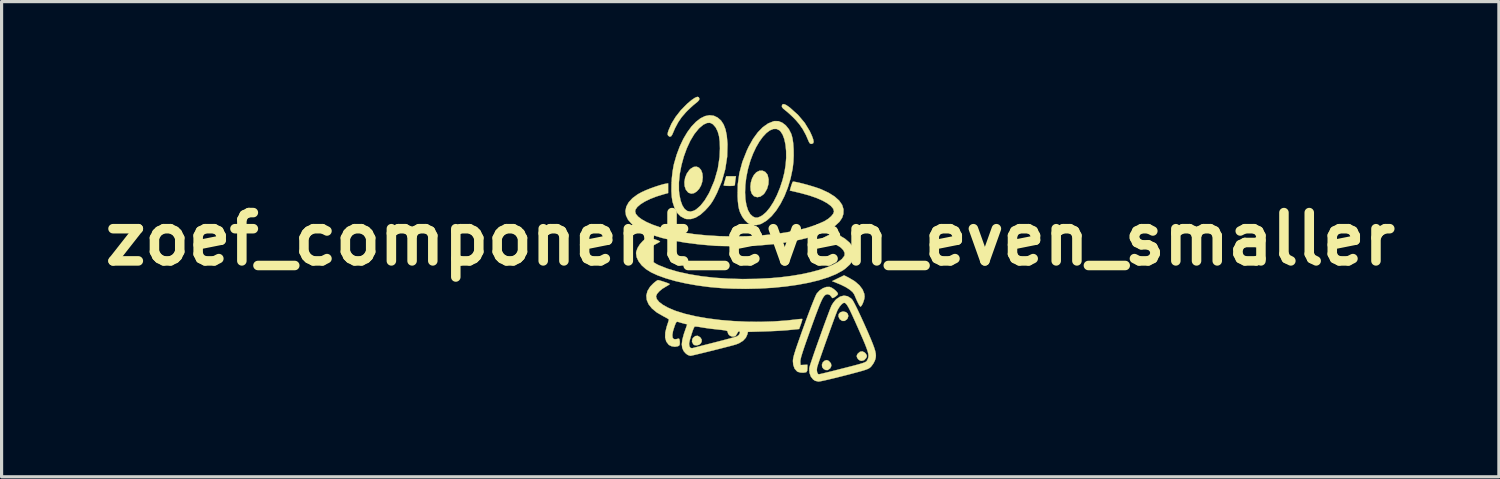
<source format=kicad_pcb>
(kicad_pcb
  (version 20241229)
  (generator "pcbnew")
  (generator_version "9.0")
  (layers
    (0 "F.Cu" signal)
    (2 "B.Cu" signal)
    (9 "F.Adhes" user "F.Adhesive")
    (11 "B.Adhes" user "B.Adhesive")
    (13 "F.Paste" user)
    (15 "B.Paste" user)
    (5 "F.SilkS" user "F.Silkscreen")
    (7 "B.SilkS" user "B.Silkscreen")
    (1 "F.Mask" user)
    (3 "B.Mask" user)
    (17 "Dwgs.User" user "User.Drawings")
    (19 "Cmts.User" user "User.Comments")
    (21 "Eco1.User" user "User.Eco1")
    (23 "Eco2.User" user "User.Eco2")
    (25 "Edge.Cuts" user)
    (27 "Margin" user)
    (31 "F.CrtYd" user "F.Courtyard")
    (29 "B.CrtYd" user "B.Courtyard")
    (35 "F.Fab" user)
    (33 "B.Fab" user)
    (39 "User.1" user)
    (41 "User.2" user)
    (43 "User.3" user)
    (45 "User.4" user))
  (footprint "zoef_component_even_even_smaller"
    (layer "F.Cu")
    (at 20.618 4.491)
    (property "Reference" "zoef_component_even_even_smaller" (at 0 0 0) (layer "F.SilkS") (effects (font (size 1.524 1.524) (thickness 0.3))))
    (attr through_hole)
    (fp_poly (pts (xy -1.585 3.095) (xy -1.576 3.104) (xy -1.531 3.173) (xy -1.534 3.242) (xy -1.564 3.296) (xy -1.616 3.336) (xy -1.687 3.353) (xy -1.757 3.347) (xy -1.797 3.321) (xy -1.838 3.239) (xy -1.828 3.158) (xy -1.802 3.115) (xy -1.733 3.06) (xy -1.658 3.053) (xy -1.585 3.095)) (stroke (width 0.01) (type solid)) (fill yes) (layer "F.SilkS"))
    (fp_poly (pts (xy 3.02 2.306) (xy 3.075 2.357) (xy 3.094 2.427) (xy 3.071 2.503) (xy 3.047 2.535) (xy 2.975 2.583) (xy 2.899 2.582) (xy 2.829 2.533) (xy 2.821 2.523) (xy 2.783 2.444) (xy 2.79 2.37) (xy 2.836 2.314) (xy 2.916 2.287) (xy 2.935 2.286) (xy 3.02 2.306)) (stroke (width 0.01) (type solid)) (fill yes) (layer "F.SilkS"))
    (fp_poly (pts (xy 2.447 3.828) (xy 2.486 3.854) (xy 2.545 3.922) (xy 2.559 3.998) (xy 2.527 4.071) (xy 2.511 4.087) (xy 2.442 4.133) (xy 2.374 4.131) (xy 2.316 4.1) (xy 2.27 4.041) (xy 2.261 3.966) (xy 2.286 3.894) (xy 2.342 3.841) (xy 2.346 3.839) (xy 2.402 3.819) (xy 2.447 3.828)) (stroke (width 0.01) (type solid)) (fill yes) (layer "F.SilkS"))
    (fp_poly (pts (xy 3.612 3.582) (xy 3.642 3.614) (xy 3.675 3.667) (xy 3.678 3.706) (xy 3.657 3.751) (xy 3.595 3.82) (xy 3.517 3.843) (xy 3.461 3.833) (xy 3.407 3.794) (xy 3.374 3.747) (xy 3.358 3.693) (xy 3.373 3.645) (xy 3.396 3.612) (xy 3.464 3.555) (xy 3.539 3.544) (xy 3.612 3.582)) (stroke (width 0.01) (type solid)) (fill yes) (layer "F.SilkS"))
    (fp_poly (pts (xy -0.466 -1.886) (xy -0.477 -1.806) (xy -0.482 -1.739) (xy -0.482 -1.734) (xy -0.486 -1.704) (xy -0.504 -1.687) (xy -0.547 -1.679) (xy -0.627 -1.676) (xy -0.66 -1.676) (xy -0.748 -1.678) (xy -0.812 -1.684) (xy -0.838 -1.691) (xy -0.838 -1.692) (xy -0.832 -1.722) (xy -0.815 -1.786) (xy -0.798 -1.844) (xy -0.758 -1.981) (xy -0.451 -1.981) (xy -0.466 -1.886)) (stroke (width 0.01) (type solid)) (fill yes) (layer "F.SilkS"))
    (fp_poly (pts (xy -1.615 -2.25) (xy -1.552 -2.178) (xy -1.511 -2.071) (xy -1.499 -1.948) (xy -1.514 -1.811) (xy -1.554 -1.687) (xy -1.615 -1.58) (xy -1.691 -1.499) (xy -1.775 -1.447) (xy -1.861 -1.432) (xy -1.944 -1.46) (xy -1.961 -1.472) (xy -2.031 -1.557) (xy -2.07 -1.67) (xy -2.077 -1.8) (xy -2.054 -1.935) (xy -2.002 -2.064) (xy -1.923 -2.177) (xy -1.879 -2.219) (xy -1.784 -2.275) (xy -1.694 -2.284) (xy -1.615 -2.25)) (stroke (width 0.01) (type solid)) (fill yes) (layer "F.SilkS"))
    (fp_poly (pts (xy 0.474 -2.117) (xy 0.539 -2.038) (xy 0.548 -2.018) (xy 0.58 -1.881) (xy 0.573 -1.732) (xy 0.53 -1.584) (xy 0.455 -1.453) (xy 0.415 -1.407) (xy 0.32 -1.34) (xy 0.222 -1.32) (xy 0.127 -1.347) (xy 0.109 -1.359) (xy 0.048 -1.431) (xy 0.014 -1.533) (xy 0.005 -1.655) (xy 0.02 -1.785) (xy 0.058 -1.912) (xy 0.117 -2.023) (xy 0.193 -2.106) (xy 0.289 -2.154) (xy 0.386 -2.157) (xy 0.474 -2.117)) (stroke (width 0.01) (type solid)) (fill yes) (layer "F.SilkS"))
    (fp_poly (pts (xy -1.625 -4.475) (xy -1.605 -4.429) (xy -1.614 -4.386) (xy -1.658 -4.335) (xy -1.721 -4.284) (xy -1.793 -4.226) (xy -1.884 -4.143) (xy -1.982 -4.049) (xy -2.037 -3.992) (xy -2.165 -3.844) (xy -2.275 -3.682) (xy -2.374 -3.495) (xy -2.46 -3.296) (xy -2.499 -3.239) (xy -2.546 -3.23) (xy -2.59 -3.263) (xy -2.606 -3.298) (xy -2.601 -3.35) (xy -2.58 -3.422) (xy -2.487 -3.636) (xy -2.353 -3.855) (xy -2.186 -4.068) (xy -1.993 -4.264) (xy -1.848 -4.387) (xy -1.745 -4.456) (xy -1.672 -4.486) (xy -1.625 -4.475)) (stroke (width 0.01) (type solid)) (fill yes) (layer "F.SilkS"))
    (fp_poly (pts (xy 3.116 1.224) (xy 3.3 1.335) (xy 3.443 1.458) (xy 3.543 1.591) (xy 3.598 1.73) (xy 3.607 1.816) (xy 3.598 1.886) (xy 3.574 1.968) (xy 3.543 2.046) (xy 3.509 2.106) (xy 3.48 2.133) (xy 3.477 2.134) (xy 3.456 2.112) (xy 3.421 2.056) (xy 3.382 1.978) (xy 3.38 1.975) (xy 3.338 1.882) (xy 3.302 1.799) (xy 3.28 1.747) (xy 3.231 1.676) (xy 3.139 1.597) (xy 3.014 1.517) (xy 2.861 1.441) (xy 2.797 1.414) (xy 2.583 1.328) (xy 2.771 1.237) (xy 2.959 1.145) (xy 3.116 1.224)) (stroke (width 0.01) (type solid)) (fill yes) (layer "F.SilkS"))
    (fp_poly (pts (xy 1.135 -4.227) (xy 1.235 -4.157) (xy 1.254 -4.143) (xy 1.509 -3.913) (xy 1.716 -3.668) (xy 1.877 -3.404) (xy 1.947 -3.251) (xy 1.987 -3.14) (xy 1.999 -3.066) (xy 1.984 -3.022) (xy 1.94 -3.002) (xy 1.937 -3.002) (xy 1.888 -3.01) (xy 1.854 -3.058) (xy 1.851 -3.065) (xy 1.755 -3.285) (xy 1.656 -3.468) (xy 1.545 -3.627) (xy 1.433 -3.757) (xy 1.339 -3.853) (xy 1.242 -3.945) (xy 1.156 -4.021) (xy 1.114 -4.054) (xy 1.038 -4.116) (xy 1.001 -4.165) (xy 0.996 -4.2) (xy 1.017 -4.248) (xy 1.062 -4.257) (xy 1.135 -4.227)) (stroke (width 0.01) (type solid)) (fill yes) (layer "F.SilkS"))
    (fp_poly (pts (xy 2.567 1.535) (xy 2.639 1.582) (xy 2.706 1.64) (xy 2.753 1.696) (xy 2.768 1.734) (xy 2.747 1.766) (xy 2.698 1.808) (xy 2.679 1.821) (xy 2.622 1.855) (xy 2.593 1.862) (xy 2.574 1.844) (xy 2.565 1.828) (xy 2.511 1.766) (xy 2.444 1.74) (xy 2.389 1.752) (xy 2.359 1.772) (xy 2.33 1.802) (xy 2.299 1.846) (xy 2.264 1.91) (xy 2.224 1.996) (xy 2.176 2.11) (xy 2.12 2.256) (xy 2.051 2.438) (xy 1.97 2.66) (xy 1.903 2.847) (xy 1.814 3.096) (xy 1.741 3.302) (xy 1.684 3.469) (xy 1.641 3.601) (xy 1.61 3.703) (xy 1.591 3.78) (xy 1.581 3.834) (xy 1.58 3.871) (xy 1.587 3.975) (xy 1.803 3.965) (xy 1.803 4.076) (xy 1.796 4.157) (xy 1.77 4.197) (xy 1.763 4.201) (xy 1.682 4.216) (xy 1.587 4.212) (xy 1.504 4.19) (xy 1.479 4.177) (xy 1.401 4.092) (xy 1.357 3.97) (xy 1.346 3.85) (xy 1.349 3.806) (xy 1.358 3.752) (xy 1.374 3.682) (xy 1.4 3.593) (xy 1.436 3.478) (xy 1.485 3.334) (xy 1.548 3.155) (xy 1.625 2.936) (xy 1.687 2.766) (xy 1.77 2.536) (xy 1.849 2.325) (xy 1.921 2.136) (xy 1.985 1.976) (xy 2.037 1.849) (xy 2.076 1.76) (xy 2.1 1.717) (xy 2.186 1.623) (xy 2.293 1.552) (xy 2.404 1.512) (xy 2.502 1.51) (xy 2.567 1.535)) (stroke (width 0.01) (type solid)) (fill yes) (layer "F.SilkS"))
    (fp_poly (pts (xy -1.151 -3.89) (xy -1.028 -3.831) (xy -0.922 -3.738) (xy -0.841 -3.615) (xy -0.781 -3.459) (xy -0.741 -3.265) (xy -0.72 -3.029) (xy -0.718 -2.985) (xy -0.729 -2.594) (xy -0.789 -2.204) (xy -0.896 -1.821) (xy -1.05 -1.453) (xy -1.058 -1.438) (xy -1.128 -1.3) (xy -1.188 -1.194) (xy -1.248 -1.105) (xy -1.317 -1.019) (xy -1.406 -0.922) (xy -1.421 -0.905) (xy -1.572 -0.769) (xy -1.722 -0.677) (xy -1.869 -0.631) (xy -2.009 -0.631) (xy -2.067 -0.647) (xy -2.197 -0.716) (xy -2.303 -0.824) (xy -2.386 -0.973) (xy -2.449 -1.167) (xy -2.454 -1.187) (xy -2.476 -1.331) (xy -2.487 -1.511) (xy -2.485 -1.713) (xy -2.481 -1.786) (xy -2.251 -1.786) (xy -2.25 -1.534) (xy -2.238 -1.415) (xy -2.198 -1.216) (xy -2.142 -1.06) (xy -2.07 -0.949) (xy -1.984 -0.884) (xy -1.885 -0.865) (xy -1.775 -0.895) (xy -1.708 -0.933) (xy -1.571 -1.052) (xy -1.438 -1.219) (xy -1.312 -1.429) (xy -1.283 -1.486) (xy -1.129 -1.849) (xy -1.024 -2.215) (xy -0.967 -2.588) (xy -0.956 -2.857) (xy -0.962 -3.071) (xy -0.985 -3.245) (xy -1.025 -3.388) (xy -1.084 -3.509) (xy -1.099 -3.532) (xy -1.18 -3.623) (xy -1.268 -3.667) (xy -1.366 -3.662) (xy -1.476 -3.61) (xy -1.598 -3.509) (xy -1.628 -3.48) (xy -1.764 -3.312) (xy -1.89 -3.103) (xy -2.001 -2.864) (xy -2.096 -2.603) (xy -2.171 -2.33) (xy -2.224 -2.054) (xy -2.251 -1.786) (xy -2.481 -1.786) (xy -2.473 -1.924) (xy -2.45 -2.131) (xy -2.417 -2.319) (xy -2.403 -2.38) (xy -2.32 -2.665) (xy -2.221 -2.927) (xy -2.108 -3.165) (xy -1.983 -3.374) (xy -1.851 -3.553) (xy -1.712 -3.698) (xy -1.57 -3.808) (xy -1.428 -3.878) (xy -1.287 -3.906) (xy -1.151 -3.89)) (stroke (width 0.01) (type solid)) (fill yes) (layer "F.SilkS"))
    (fp_poly (pts (xy 0.888 -3.719) (xy 1.008 -3.672) (xy 1.12 -3.586) (xy 1.218 -3.465) (xy 1.295 -3.315) (xy 1.296 -3.31) (xy 1.331 -3.185) (xy 1.355 -3.022) (xy 1.368 -2.834) (xy 1.37 -2.632) (xy 1.361 -2.429) (xy 1.339 -2.237) (xy 1.334 -2.206) (xy 1.271 -1.908) (xy 1.185 -1.624) (xy 1.08 -1.358) (xy 0.957 -1.116) (xy 0.821 -0.903) (xy 0.674 -0.724) (xy 0.519 -0.584) (xy 0.36 -0.488) (xy 0.312 -0.468) (xy 0.185 -0.438) (xy 0.063 -0.446) (xy 0.01 -0.459) (xy -0.08 -0.507) (xy -0.17 -0.593) (xy -0.253 -0.706) (xy -0.318 -0.835) (xy -0.329 -0.865) (xy -0.357 -0.959) (xy -0.376 -1.062) (xy -0.39 -1.188) (xy -0.399 -1.351) (xy -0.399 -1.359) (xy -0.397 -1.471) (xy -0.164 -1.471) (xy -0.153 -1.257) (xy -0.121 -1.068) (xy -0.071 -0.91) (xy -0.002 -0.788) (xy 0.081 -0.711) (xy 0.158 -0.677) (xy 0.235 -0.677) (xy 0.325 -0.713) (xy 0.387 -0.751) (xy 0.504 -0.851) (xy 0.621 -0.994) (xy 0.735 -1.173) (xy 0.841 -1.381) (xy 0.936 -1.611) (xy 1.017 -1.855) (xy 1.078 -2.101) (xy 1.116 -2.332) (xy 1.134 -2.56) (xy 1.132 -2.778) (xy 1.112 -2.978) (xy 1.074 -3.154) (xy 1.02 -3.298) (xy 0.95 -3.402) (xy 0.92 -3.43) (xy 0.828 -3.474) (xy 0.727 -3.472) (xy 0.62 -3.428) (xy 0.509 -3.345) (xy 0.398 -3.227) (xy 0.289 -3.077) (xy 0.185 -2.899) (xy 0.089 -2.696) (xy 0.004 -2.473) (xy -0.066 -2.232) (xy -0.073 -2.205) (xy -0.125 -1.95) (xy -0.155 -1.704) (xy -0.164 -1.471) (xy -0.397 -1.471) (xy -0.393 -1.725) (xy -0.343 -2.081) (xy -0.248 -2.435) (xy -0.106 -2.793) (xy -0.05 -2.912) (xy 0.089 -3.161) (xy 0.239 -3.367) (xy 0.397 -3.529) (xy 0.561 -3.645) (xy 0.73 -3.713) (xy 0.767 -3.721) (xy 0.888 -3.719)) (stroke (width 0.01) (type solid)) (fill yes) (layer "F.SilkS"))
    (fp_poly (pts (xy 2.789 -0.129) (xy 2.986 -0.012) (xy 3.134 0.114) (xy 3.233 0.247) (xy 3.284 0.385) (xy 3.286 0.525) (xy 3.239 0.665) (xy 3.142 0.803) (xy 2.995 0.936) (xy 2.912 0.994) (xy 2.707 1.106) (xy 2.457 1.208) (xy 2.168 1.299) (xy 1.843 1.378) (xy 1.488 1.444) (xy 1.107 1.497) (xy 0.706 1.537) (xy 0.29 1.561) (xy -0.137 1.571) (xy -0.57 1.564) (xy -0.914 1.547) (xy -1.298 1.513) (xy -1.672 1.463) (xy -2.029 1.4) (xy -2.362 1.325) (xy -2.664 1.238) (xy -2.929 1.142) (xy -3.126 1.051) (xy -3.289 0.949) (xy -3.423 0.831) (xy -3.522 0.703) (xy -3.584 0.572) (xy -3.602 0.445) (xy -3.597 0.401) (xy -3.556 0.285) (xy -3.482 0.166) (xy -3.388 0.061) (xy -3.331 0.015) (xy -3.225 -0.058) (xy -3.035 0.002) (xy -2.946 0.032) (xy -2.879 0.058) (xy -2.846 0.075) (xy -2.845 0.077) (xy -2.866 0.096) (xy -2.917 0.126) (xy -2.94 0.137) (xy -3.082 0.215) (xy -3.191 0.298) (xy -3.263 0.382) (xy -3.294 0.461) (xy -3.29 0.507) (xy -3.251 0.569) (xy -3.175 0.643) (xy -3.074 0.719) (xy -2.957 0.79) (xy -2.885 0.826) (xy -2.607 0.936) (xy -2.286 1.031) (xy -1.928 1.11) (xy -1.539 1.174) (xy -1.124 1.221) (xy -0.69 1.25) (xy -0.242 1.262) (xy 0.213 1.256) (xy 0.671 1.231) (xy 0.964 1.205) (xy 1.298 1.163) (xy 1.614 1.11) (xy 1.906 1.047) (xy 2.171 0.976) (xy 2.406 0.898) (xy 2.606 0.813) (xy 2.769 0.725) (xy 2.889 0.633) (xy 2.963 0.539) (xy 2.975 0.512) (xy 2.978 0.436) (xy 2.936 0.351) (xy 2.861 0.272) (xy 2.8 0.23) (xy 2.708 0.178) (xy 2.6 0.122) (xy 2.493 0.071) (xy 2.401 0.034) (xy 2.381 0.027) (xy 2.321 0.004) (xy 2.289 -0.017) (xy 2.287 -0.021) (xy 2.309 -0.039) (xy 2.366 -0.071) (xy 2.447 -0.111) (xy 2.466 -0.12) (xy 2.645 -0.202) (xy 2.789 -0.129)) (stroke (width 0.01) (type solid)) (fill yes) (layer "F.SilkS"))
    (fp_poly (pts (xy 1.445 -1.798) (xy 1.546 -1.776) (xy 1.667 -1.746) (xy 1.801 -1.71) (xy 1.937 -1.67) (xy 2.066 -1.63) (xy 2.18 -1.591) (xy 2.239 -1.568) (xy 2.475 -1.458) (xy 2.664 -1.339) (xy 2.805 -1.212) (xy 2.898 -1.078) (xy 2.942 -0.936) (xy 2.937 -0.79) (xy 2.899 -0.672) (xy 2.815 -0.545) (xy 2.683 -0.424) (xy 2.508 -0.31) (xy 2.293 -0.206) (xy 2.04 -0.11) (xy 1.753 -0.025) (xy 1.435 0.049) (xy 1.09 0.111) (xy 0.721 0.161) (xy 0.331 0.197) (xy -0.077 0.218) (xy -0.499 0.224) (xy -0.559 0.224) (xy -0.713 0.222) (xy -0.858 0.22) (xy -0.983 0.217) (xy -1.076 0.214) (xy -1.118 0.212) (xy -1.591 0.171) (xy -2.027 0.117) (xy -2.423 0.048) (xy -2.777 -0.034) (xy -3.088 -0.128) (xy -3.355 -0.235) (xy -3.575 -0.354) (xy -3.739 -0.478) (xy -3.854 -0.608) (xy -3.92 -0.744) (xy -3.938 -0.884) (xy -3.909 -1.024) (xy -3.834 -1.16) (xy -3.714 -1.29) (xy -3.551 -1.41) (xy -3.416 -1.484) (xy -3.294 -1.539) (xy -3.149 -1.597) (xy -2.995 -1.652) (xy -2.848 -1.699) (xy -2.726 -1.733) (xy -2.686 -1.741) (xy -2.591 -1.758) (xy -2.591 -1.605) (xy -2.591 -1.451) (xy -2.737 -1.411) (xy -2.958 -1.343) (xy -3.156 -1.266) (xy -3.326 -1.183) (xy -3.463 -1.097) (xy -3.562 -1.012) (xy -3.62 -0.929) (xy -3.632 -0.874) (xy -3.608 -0.791) (xy -3.536 -0.706) (xy -3.422 -0.62) (xy -3.269 -0.535) (xy -3.08 -0.453) (xy -2.861 -0.376) (xy -2.614 -0.306) (xy -2.553 -0.292) (xy -2.181 -0.216) (xy -1.788 -0.157) (xy -1.377 -0.115) (xy -0.957 -0.09) (xy -0.531 -0.081) (xy -0.108 -0.088) (xy 0.309 -0.111) (xy 0.713 -0.149) (xy 1.098 -0.202) (xy 1.457 -0.269) (xy 1.786 -0.351) (xy 2.078 -0.447) (xy 2.327 -0.557) (xy 2.344 -0.566) (xy 2.461 -0.639) (xy 2.555 -0.72) (xy 2.618 -0.8) (xy 2.642 -0.872) (xy 2.642 -0.874) (xy 2.617 -0.957) (xy 2.545 -1.043) (xy 2.431 -1.129) (xy 2.277 -1.215) (xy 2.088 -1.297) (xy 1.866 -1.374) (xy 1.617 -1.443) (xy 1.545 -1.461) (xy 1.249 -1.53) (xy 1.287 -1.66) (xy 1.312 -1.737) (xy 1.333 -1.792) (xy 1.342 -1.808) (xy 1.374 -1.81) (xy 1.445 -1.798)) (stroke (width 0.01) (type solid)) (fill yes) (layer "F.SilkS"))
    (fp_poly (pts (xy 3.07 1.804) (xy 3.179 1.873) (xy 3.221 1.916) (xy 3.248 1.959) (xy 3.293 2.042) (xy 3.352 2.158) (xy 3.422 2.303) (xy 3.499 2.468) (xy 3.581 2.648) (xy 3.619 2.732) (xy 3.721 2.962) (xy 3.802 3.152) (xy 3.865 3.307) (xy 3.911 3.432) (xy 3.942 3.533) (xy 3.959 3.616) (xy 3.963 3.686) (xy 3.956 3.749) (xy 3.94 3.809) (xy 3.927 3.844) (xy 3.88 3.934) (xy 3.817 4.018) (xy 3.802 4.034) (xy 3.775 4.058) (xy 3.742 4.08) (xy 3.697 4.102) (xy 3.635 4.125) (xy 3.551 4.152) (xy 3.437 4.184) (xy 3.289 4.224) (xy 3.101 4.274) (xy 2.979 4.305) (xy 2.789 4.353) (xy 2.611 4.397) (xy 2.452 4.435) (xy 2.319 4.465) (xy 2.219 4.486) (xy 2.159 4.495) (xy 2.15 4.496) (xy 2.045 4.471) (xy 1.984 4.43) (xy 1.912 4.34) (xy 1.869 4.221) (xy 1.864 4.135) (xy 2.1 4.135) (xy 2.111 4.209) (xy 2.139 4.257) (xy 2.165 4.267) (xy 2.197 4.261) (xy 2.272 4.244) (xy 2.382 4.217) (xy 2.521 4.183) (xy 2.682 4.143) (xy 2.845 4.101) (xy 3.065 4.045) (xy 3.241 4) (xy 3.379 3.963) (xy 3.483 3.934) (xy 3.558 3.91) (xy 3.611 3.89) (xy 3.646 3.872) (xy 3.668 3.854) (xy 3.682 3.835) (xy 3.695 3.812) (xy 3.696 3.809) (xy 3.716 3.766) (xy 3.727 3.721) (xy 3.73 3.67) (xy 3.721 3.607) (xy 3.699 3.526) (xy 3.663 3.424) (xy 3.612 3.294) (xy 3.543 3.132) (xy 3.455 2.931) (xy 3.4 2.806) (xy 3.3 2.582) (xy 3.218 2.402) (xy 3.151 2.26) (xy 3.097 2.154) (xy 3.052 2.08) (xy 3.014 2.034) (xy 2.981 2.013) (xy 2.949 2.013) (xy 2.917 2.03) (xy 2.881 2.06) (xy 2.872 2.069) (xy 2.816 2.137) (xy 2.763 2.224) (xy 2.747 2.257) (xy 2.721 2.323) (xy 2.681 2.426) (xy 2.632 2.56) (xy 2.574 2.718) (xy 2.511 2.892) (xy 2.445 3.076) (xy 2.378 3.262) (xy 2.314 3.444) (xy 2.254 3.615) (xy 2.201 3.767) (xy 2.158 3.893) (xy 2.127 3.987) (xy 2.11 4.042) (xy 2.109 4.047) (xy 2.1 4.135) (xy 1.864 4.135) (xy 1.861 4.091) (xy 1.865 4.059) (xy 1.877 4.013) (xy 1.904 3.927) (xy 1.945 3.806) (xy 1.995 3.657) (xy 2.054 3.487) (xy 2.119 3.303) (xy 2.188 3.111) (xy 2.257 2.917) (xy 2.325 2.728) (xy 2.39 2.552) (xy 2.449 2.394) (xy 2.499 2.26) (xy 2.539 2.159) (xy 2.565 2.096) (xy 2.568 2.091) (xy 2.62 2.008) (xy 2.689 1.923) (xy 2.718 1.895) (xy 2.836 1.815) (xy 2.954 1.785) (xy 3.07 1.804)) (stroke (width 0.01) (type solid)) (fill yes) (layer "F.SilkS"))
    (fp_poly (pts (xy -2.873 1.303) (xy -2.806 1.322) (xy -2.725 1.348) (xy -2.644 1.375) (xy -2.579 1.4) (xy -2.543 1.418) (xy -2.54 1.421) (xy -2.56 1.44) (xy -2.613 1.473) (xy -2.66 1.499) (xy -2.775 1.57) (xy -2.87 1.649) (xy -2.939 1.728) (xy -2.97 1.797) (xy -2.972 1.811) (xy -2.947 1.896) (xy -2.875 1.985) (xy -2.758 2.074) (xy -2.601 2.162) (xy -2.405 2.247) (xy -2.337 2.272) (xy -2.043 2.363) (xy -1.708 2.44) (xy -1.339 2.504) (xy -0.944 2.554) (xy -0.53 2.588) (xy -0.107 2.608) (xy 0.319 2.612) (xy 0.74 2.599) (xy 1.148 2.57) (xy 1.431 2.538) (xy 1.526 2.527) (xy 1.599 2.521) (xy 1.638 2.521) (xy 1.641 2.522) (xy 1.639 2.549) (xy 1.622 2.61) (xy 1.597 2.685) (xy 1.542 2.838) (xy 1.247 2.868) (xy 1.124 2.879) (xy 0.966 2.89) (xy 0.785 2.9) (xy 0.598 2.908) (xy 0.439 2.914) (xy -0.074 2.929) (xy -0.09 3.004) (xy -0.139 3.113) (xy -0.229 3.21) (xy -0.353 3.287) (xy -0.454 3.326) (xy -0.532 3.348) (xy -0.643 3.378) (xy -0.78 3.413) (xy -0.935 3.453) (xy -1.099 3.494) (xy -1.266 3.536) (xy -1.428 3.576) (xy -1.576 3.612) (xy -1.704 3.643) (xy -1.804 3.666) (xy -1.867 3.68) (xy -1.885 3.683) (xy -1.931 3.672) (xy -1.98 3.651) (xy -2.036 3.608) (xy -2.092 3.545) (xy -2.101 3.533) (xy -2.145 3.437) (xy -2.159 3.322) (xy -2.158 3.31) (xy -1.93 3.31) (xy -1.917 3.391) (xy -1.881 3.437) (xy -1.83 3.443) (xy -1.796 3.434) (xy -1.719 3.414) (xy -1.607 3.385) (xy -1.466 3.349) (xy -1.303 3.308) (xy -1.13 3.264) (xy -0.952 3.218) (xy -0.788 3.175) (xy -0.645 3.137) (xy -0.531 3.105) (xy -0.452 3.082) (xy -0.416 3.069) (xy -0.365 3.03) (xy -0.332 2.98) (xy -0.325 2.935) (xy -0.344 2.911) (xy -0.381 2.923) (xy -0.418 2.985) (xy -0.418 2.985) (xy -0.457 3.051) (xy -0.513 3.077) (xy -0.584 3.074) (xy -0.645 3.047) (xy -0.694 2.995) (xy -0.711 2.943) (xy -0.714 2.921) (xy -0.728 2.904) (xy -0.759 2.89) (xy -0.816 2.878) (xy -0.907 2.866) (xy -1.037 2.852) (xy -1.097 2.845) (xy -1.235 2.83) (xy -1.378 2.81) (xy -1.504 2.791) (xy -1.554 2.782) (xy -1.646 2.767) (xy -1.718 2.76) (xy -1.756 2.763) (xy -1.758 2.765) (xy -1.78 2.803) (xy -1.81 2.877) (xy -1.843 2.974) (xy -1.876 3.079) (xy -1.905 3.18) (xy -1.924 3.262) (xy -1.93 3.31) (xy -2.158 3.31) (xy -2.143 3.179) (xy -2.097 3.004) (xy -2.074 2.936) (xy -1.989 2.692) (xy -2.093 2.666) (xy -2.178 2.643) (xy -2.253 2.621) (xy -2.264 2.617) (xy -2.302 2.608) (xy -2.328 2.618) (xy -2.351 2.655) (xy -2.38 2.729) (xy -2.387 2.747) (xy -2.437 2.905) (xy -2.457 3.027) (xy -2.449 3.111) (xy -2.412 3.156) (xy -2.347 3.16) (xy -2.342 3.159) (xy -2.283 3.146) (xy -2.25 3.14) (xy -2.236 3.161) (xy -2.225 3.216) (xy -2.223 3.247) (xy -2.225 3.319) (xy -2.241 3.358) (xy -2.28 3.381) (xy -2.285 3.383) (xy -2.379 3.398) (xy -2.481 3.382) (xy -2.566 3.34) (xy -2.572 3.335) (xy -2.649 3.234) (xy -2.685 3.104) (xy -2.68 2.946) (xy -2.634 2.758) (xy -2.629 2.743) (xy -2.599 2.653) (xy -2.576 2.581) (xy -2.566 2.542) (xy -2.565 2.539) (xy -2.587 2.521) (xy -2.643 2.487) (xy -2.723 2.444) (xy -2.751 2.43) (xy -2.948 2.316) (xy -3.1 2.191) (xy -3.206 2.059) (xy -3.265 1.921) (xy -3.278 1.78) (xy -3.242 1.64) (xy -3.158 1.503) (xy -3.058 1.4) (xy -2.992 1.345) (xy -2.938 1.307) (xy -2.913 1.295) (xy -2.873 1.303)) (stroke (width 0.01) (type solid)) (fill yes) (layer "F.SilkS")))
  (gr_rect
    (start -3 -3)
    (end 44.235 11.992)
    (stroke (width 0.1) (type default))
    (fill no)
    (layer "Edge.Cuts")))
</source>
